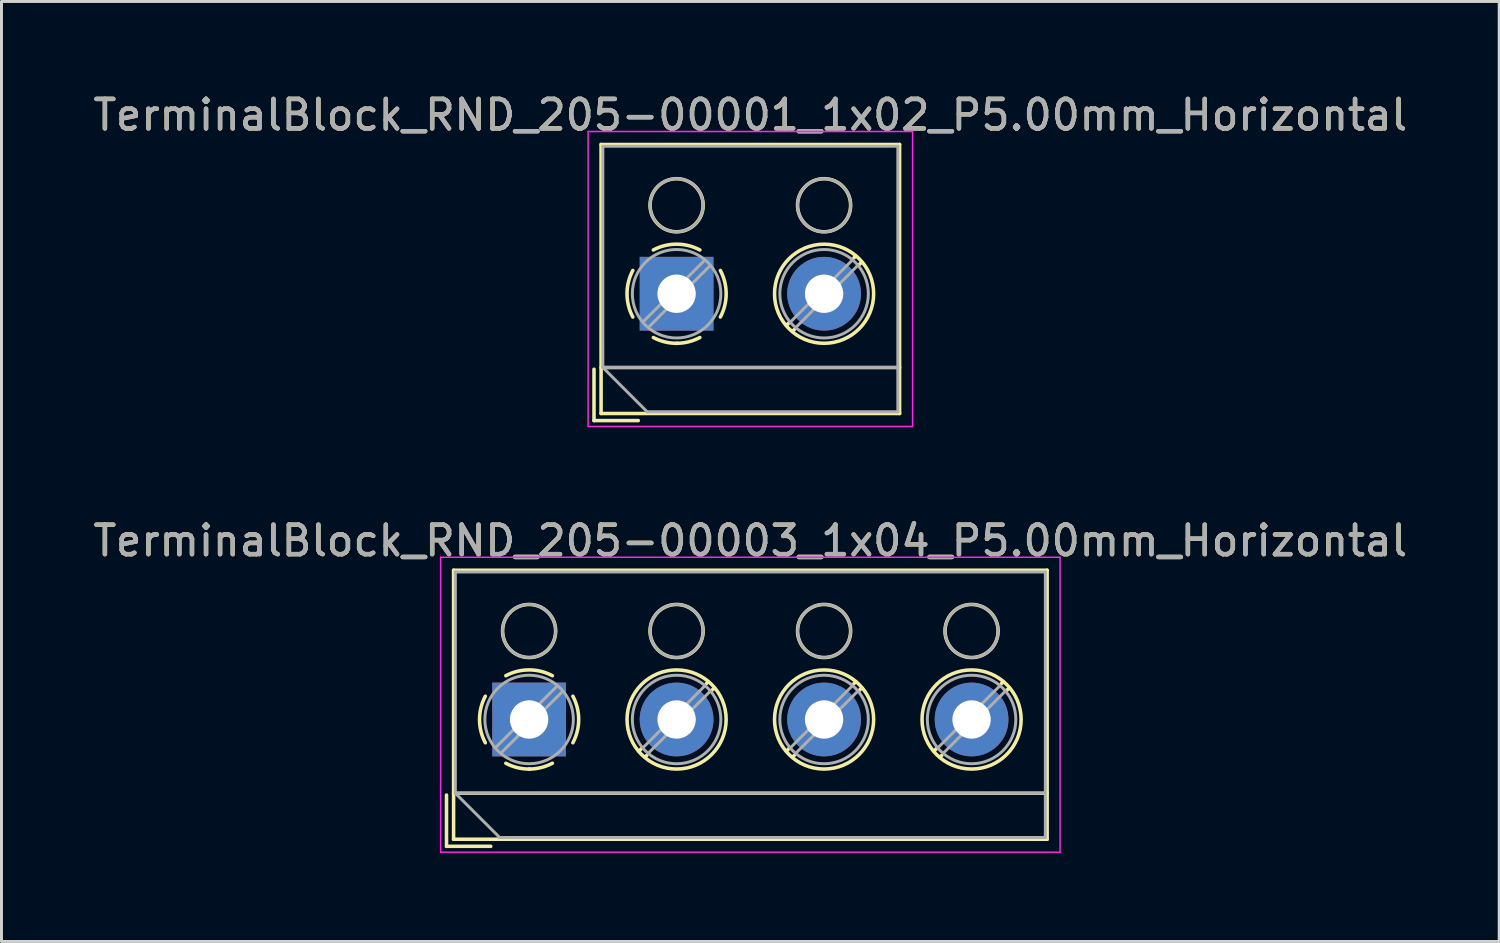
<source format=kicad_pcb>
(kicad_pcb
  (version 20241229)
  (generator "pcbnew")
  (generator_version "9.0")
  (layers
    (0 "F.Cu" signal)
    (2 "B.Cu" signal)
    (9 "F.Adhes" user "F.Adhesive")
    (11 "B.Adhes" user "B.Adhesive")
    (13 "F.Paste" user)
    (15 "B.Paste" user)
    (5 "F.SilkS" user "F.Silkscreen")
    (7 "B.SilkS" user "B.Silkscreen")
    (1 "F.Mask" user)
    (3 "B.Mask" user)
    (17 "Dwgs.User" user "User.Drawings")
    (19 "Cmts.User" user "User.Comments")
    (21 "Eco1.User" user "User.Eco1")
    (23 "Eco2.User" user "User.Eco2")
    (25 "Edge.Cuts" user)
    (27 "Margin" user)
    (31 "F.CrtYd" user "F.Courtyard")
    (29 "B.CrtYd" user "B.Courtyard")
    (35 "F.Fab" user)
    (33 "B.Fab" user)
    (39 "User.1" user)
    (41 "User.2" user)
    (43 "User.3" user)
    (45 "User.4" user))
  (footprint "TerminalBlock_RND_205-00003_1x04_P5.00mm_Horizontal"
    (layer "F.Cu")
    (at 14.887 21.341)
    (property "Reference" "TerminalBlock_RND_205-00003_1x04_P5.00mm_Horizontal" (at 7.5 -6.06 0) (layer "F.SilkS") (effects (font (size 1 1) (thickness 0.15))))
    (attr through_hole)
    (fp_line (start -2.8 2.56) (end -2.8 4.3) (stroke (width 0.12) (type solid)) (layer "F.SilkS"))
    (fp_line (start -2.8 4.3) (end -1.3 4.3) (stroke (width 0.12) (type solid)) (layer "F.SilkS"))
    (fp_line (start -2.56 -5.06) (end -2.56 4.06) (stroke (width 0.12) (type solid)) (layer "F.SilkS"))
    (fp_line (start -2.56 -5.06) (end 17.561 -5.06) (stroke (width 0.12) (type solid)) (layer "F.SilkS"))
    (fp_line (start -2.56 2.5) (end 17.561 2.5) (stroke (width 0.12) (type solid)) (layer "F.SilkS"))
    (fp_line (start -2.56 4.06) (end 17.561 4.06) (stroke (width 0.12) (type solid)) (layer "F.SilkS"))
    (fp_line (start 3.82 0.976) (end 3.726 1.069) (stroke (width 0.12) (type solid)) (layer "F.SilkS"))
    (fp_line (start 3.99 1.216) (end 3.931 1.274) (stroke (width 0.12) (type solid)) (layer "F.SilkS"))
    (fp_line (start 6.07 -1.275) (end 6.011 -1.216) (stroke (width 0.12) (type solid)) (layer "F.SilkS"))
    (fp_line (start 6.275 -1.069) (end 6.181 -0.976) (stroke (width 0.12) (type solid)) (layer "F.SilkS"))
    (fp_line (start 8.82 0.976) (end 8.726 1.069) (stroke (width 0.12) (type solid)) (layer "F.SilkS"))
    (fp_line (start 8.99 1.216) (end 8.931 1.274) (stroke (width 0.12) (type solid)) (layer "F.SilkS"))
    (fp_line (start 11.07 -1.275) (end 11.011 -1.216) (stroke (width 0.12) (type solid)) (layer "F.SilkS"))
    (fp_line (start 11.275 -1.069) (end 11.181 -0.976) (stroke (width 0.12) (type solid)) (layer "F.SilkS"))
    (fp_line (start 13.82 0.976) (end 13.726 1.069) (stroke (width 0.12) (type solid)) (layer "F.SilkS"))
    (fp_line (start 13.99 1.216) (end 13.931 1.274) (stroke (width 0.12) (type solid)) (layer "F.SilkS"))
    (fp_line (start 16.07 -1.275) (end 16.011 -1.216) (stroke (width 0.12) (type solid)) (layer "F.SilkS"))
    (fp_line (start 16.275 -1.069) (end 16.181 -0.976) (stroke (width 0.12) (type solid)) (layer "F.SilkS"))
    (fp_line (start 17.561 -5.06) (end 17.561 4.06) (stroke (width 0.12) (type solid)) (layer "F.SilkS"))
    (fp_arc (start -1.483953 0.789089) (mid -1.680708 0.00005) (end -1.484 -0.789) (stroke (width 0.12) (type solid)) (layer "F.SilkS"))
    (fp_arc (start -0.789089 -1.483953) (mid -0.00005 -1.680708) (end 0.789 -1.484) (stroke (width 0.12) (type solid)) (layer "F.SilkS"))
    (fp_arc (start 0.029383 1.68045) (mid -0.392304 1.634281) (end -0.789 1.484) (stroke (width 0.12) (type solid)) (layer "F.SilkS"))
    (fp_arc (start 0.788712 1.483352) (mid 0.406429 1.630097) (end 0 1.68) (stroke (width 0.12) (type solid)) (layer "F.SilkS"))
    (fp_arc (start 1.483953 -0.789089) (mid 1.680708 -0.00005) (end 1.484 0.789) (stroke (width 0.12) (type solid)) (layer "F.SilkS"))
    (fp_circle (center 0 -3) (end 0.9 -3) (stroke (width 0.12) (type solid)) (fill no) (layer "F.SilkS"))
    (fp_circle (center 5 -3) (end 5.9 -3) (stroke (width 0.12) (type solid)) (fill no) (layer "F.SilkS"))
    (fp_circle (center 5 0) (end 6.68 0) (stroke (width 0.12) (type solid)) (fill no) (layer "F.SilkS"))
    (fp_circle (center 10 -3) (end 10.9 -3) (stroke (width 0.12) (type solid)) (fill no) (layer "F.SilkS"))
    (fp_circle (center 10 0) (end 11.68 0) (stroke (width 0.12) (type solid)) (fill no) (layer "F.SilkS"))
    (fp_circle (center 15 -3) (end 15.9 -3) (stroke (width 0.12) (type solid)) (fill no) (layer "F.SilkS"))
    (fp_circle (center 15 0) (end 16.68 0) (stroke (width 0.12) (type solid)) (fill no) (layer "F.SilkS"))
    (fp_line (start -3 -5.5) (end -3 4.5) (stroke (width 0.05) (type solid)) (layer "F.CrtYd"))
    (fp_line (start -3 4.5) (end 18 4.5) (stroke (width 0.05) (type solid)) (layer "F.CrtYd"))
    (fp_line (start 18 -5.5) (end -3 -5.5) (stroke (width 0.05) (type solid)) (layer "F.CrtYd"))
    (fp_line (start 18 4.5) (end 18 -5.5) (stroke (width 0.05) (type solid)) (layer "F.CrtYd"))
    (fp_line (start -2.5 -5) (end 17.5 -5) (stroke (width 0.1) (type solid)) (layer "F.Fab"))
    (fp_line (start -2.5 2.5) (end -2.5 -5) (stroke (width 0.1) (type solid)) (layer "F.Fab"))
    (fp_line (start -2.5 2.5) (end 17.5 2.5) (stroke (width 0.1) (type solid)) (layer "F.Fab"))
    (fp_line (start -1 4) (end -2.5 2.5) (stroke (width 0.1) (type solid)) (layer "F.Fab"))
    (fp_line (start 0.955 -1.138) (end -1.138 0.955) (stroke (width 0.1) (type solid)) (layer "F.Fab"))
    (fp_line (start 1.138 -0.955) (end -0.955 1.138) (stroke (width 0.1) (type solid)) (layer "F.Fab"))
    (fp_line (start 5.955 -1.138) (end 3.863 0.955) (stroke (width 0.1) (type solid)) (layer "F.Fab"))
    (fp_line (start 6.138 -0.955) (end 4.046 1.138) (stroke (width 0.1) (type solid)) (layer "F.Fab"))
    (fp_line (start 10.955 -1.138) (end 8.863 0.955) (stroke (width 0.1) (type solid)) (layer "F.Fab"))
    (fp_line (start 11.138 -0.955) (end 9.046 1.138) (stroke (width 0.1) (type solid)) (layer "F.Fab"))
    (fp_line (start 15.955 -1.138) (end 13.863 0.955) (stroke (width 0.1) (type solid)) (layer "F.Fab"))
    (fp_line (start 16.138 -0.955) (end 14.046 1.138) (stroke (width 0.1) (type solid)) (layer "F.Fab"))
    (fp_line (start 17.5 -5) (end 17.5 4) (stroke (width 0.1) (type solid)) (layer "F.Fab"))
    (fp_line (start 17.5 4) (end -1 4) (stroke (width 0.1) (type solid)) (layer "F.Fab"))
    (fp_circle (center 0 -3) (end 0.9 -3) (stroke (width 0.1) (type solid)) (fill no) (layer "F.Fab"))
    (fp_circle (center 0 0) (end 1.5 0) (stroke (width 0.1) (type solid)) (fill no) (layer "F.Fab"))
    (fp_circle (center 5 -3) (end 5.9 -3) (stroke (width 0.1) (type solid)) (fill no) (layer "F.Fab"))
    (fp_circle (center 5 0) (end 6.5 0) (stroke (width 0.1) (type solid)) (fill no) (layer "F.Fab"))
    (fp_circle (center 10 -3) (end 10.9 -3) (stroke (width 0.1) (type solid)) (fill no) (layer "F.Fab"))
    (fp_circle (center 10 0) (end 11.5 0) (stroke (width 0.1) (type solid)) (fill no) (layer "F.Fab"))
    (fp_circle (center 15 -3) (end 15.9 -3) (stroke (width 0.1) (type solid)) (fill no) (layer "F.Fab"))
    (fp_circle (center 15 0) (end 16.5 0) (stroke (width 0.1) (type solid)) (fill no) (layer "F.Fab"))
    (fp_text user "${REFERENCE}" (at 7.5 -6.06 0) (layer "F.Fab") (effects (font (size 1 1) (thickness 0.15))))
    (pad "1" thru_hole rect (at 0 0) (size 2.5 2.5) (drill 1.3) (layers "*.Cu" "*.Mask"))
    (pad "2" thru_hole circle (at 5 0) (size 2.5 2.5) (drill 1.3) (layers "*.Cu" "*.Mask"))
    (pad "3" thru_hole circle (at 10 0) (size 2.5 2.5) (drill 1.3) (layers "*.Cu" "*.Mask"))
    (pad "4" thru_hole circle (at 15 0) (size 2.5 2.5) (drill 1.3) (layers "*.Cu" "*.Mask")))
  (footprint "TerminalBlock_RND_205-00001_1x02_P5.00mm_Horizontal"
    (layer "F.Cu")
    (at 19.887 6.908)
    (property "Reference" "TerminalBlock_RND_205-00001_1x02_P5.00mm_Horizontal" (at 2.5 -6.06 0) (layer "F.SilkS") (effects (font (size 1 1) (thickness 0.15))))
    (attr through_hole)
    (fp_line (start -2.8 2.56) (end -2.8 4.3) (stroke (width 0.12) (type solid)) (layer "F.SilkS"))
    (fp_line (start -2.8 4.3) (end -1.3 4.3) (stroke (width 0.12) (type solid)) (layer "F.SilkS"))
    (fp_line (start -2.56 -5.06) (end -2.56 4.06) (stroke (width 0.12) (type solid)) (layer "F.SilkS"))
    (fp_line (start -2.56 -5.06) (end 7.56 -5.06) (stroke (width 0.12) (type solid)) (layer "F.SilkS"))
    (fp_line (start -2.56 2.5) (end 7.56 2.5) (stroke (width 0.12) (type solid)) (layer "F.SilkS"))
    (fp_line (start -2.56 4.06) (end 7.56 4.06) (stroke (width 0.12) (type solid)) (layer "F.SilkS"))
    (fp_line (start 3.82 0.976) (end 3.726 1.069) (stroke (width 0.12) (type solid)) (layer "F.SilkS"))
    (fp_line (start 3.99 1.216) (end 3.931 1.274) (stroke (width 0.12) (type solid)) (layer "F.SilkS"))
    (fp_line (start 6.07 -1.275) (end 6.011 -1.216) (stroke (width 0.12) (type solid)) (layer "F.SilkS"))
    (fp_line (start 6.275 -1.069) (end 6.181 -0.976) (stroke (width 0.12) (type solid)) (layer "F.SilkS"))
    (fp_line (start 7.56 -5.06) (end 7.56 4.06) (stroke (width 0.12) (type solid)) (layer "F.SilkS"))
    (fp_arc (start -1.483953 0.789089) (mid -1.680708 0.00005) (end -1.484 -0.789) (stroke (width 0.12) (type solid)) (layer "F.SilkS"))
    (fp_arc (start -0.789089 -1.483953) (mid -0.00005 -1.680708) (end 0.789 -1.484) (stroke (width 0.12) (type solid)) (layer "F.SilkS"))
    (fp_arc (start 0.029383 1.68045) (mid -0.392304 1.634281) (end -0.789 1.484) (stroke (width 0.12) (type solid)) (layer "F.SilkS"))
    (fp_arc (start 0.788712 1.483352) (mid 0.406429 1.630097) (end 0 1.68) (stroke (width 0.12) (type solid)) (layer "F.SilkS"))
    (fp_arc (start 1.483953 -0.789089) (mid 1.680708 -0.00005) (end 1.484 0.789) (stroke (width 0.12) (type solid)) (layer "F.SilkS"))
    (fp_circle (center 0 -3) (end 0.9 -3) (stroke (width 0.12) (type solid)) (fill no) (layer "F.SilkS"))
    (fp_circle (center 5 -3) (end 5.9 -3) (stroke (width 0.12) (type solid)) (fill no) (layer "F.SilkS"))
    (fp_circle (center 5 0) (end 6.68 0) (stroke (width 0.12) (type solid)) (fill no) (layer "F.SilkS"))
    (fp_line (start -3 -5.5) (end -3 4.5) (stroke (width 0.05) (type solid)) (layer "F.CrtYd"))
    (fp_line (start -3 4.5) (end 8 4.5) (stroke (width 0.05) (type solid)) (layer "F.CrtYd"))
    (fp_line (start 8 -5.5) (end -3 -5.5) (stroke (width 0.05) (type solid)) (layer "F.CrtYd"))
    (fp_line (start 8 4.5) (end 8 -5.5) (stroke (width 0.05) (type solid)) (layer "F.CrtYd"))
    (fp_line (start -2.5 -5) (end 7.5 -5) (stroke (width 0.1) (type solid)) (layer "F.Fab"))
    (fp_line (start -2.5 2.5) (end -2.5 -5) (stroke (width 0.1) (type solid)) (layer "F.Fab"))
    (fp_line (start -2.5 2.5) (end 7.5 2.5) (stroke (width 0.1) (type solid)) (layer "F.Fab"))
    (fp_line (start -1 4) (end -2.5 2.5) (stroke (width 0.1) (type solid)) (layer "F.Fab"))
    (fp_line (start 0.955 -1.138) (end -1.138 0.955) (stroke (width 0.1) (type solid)) (layer "F.Fab"))
    (fp_line (start 1.138 -0.955) (end -0.955 1.138) (stroke (width 0.1) (type solid)) (layer "F.Fab"))
    (fp_line (start 5.955 -1.138) (end 3.863 0.955) (stroke (width 0.1) (type solid)) (layer "F.Fab"))
    (fp_line (start 6.138 -0.955) (end 4.046 1.138) (stroke (width 0.1) (type solid)) (layer "F.Fab"))
    (fp_line (start 7.5 -5) (end 7.5 4) (stroke (width 0.1) (type solid)) (layer "F.Fab"))
    (fp_line (start 7.5 4) (end -1 4) (stroke (width 0.1) (type solid)) (layer "F.Fab"))
    (fp_circle (center 0 -3) (end 0.9 -3) (stroke (width 0.1) (type solid)) (fill no) (layer "F.Fab"))
    (fp_circle (center 0 0) (end 1.5 0) (stroke (width 0.1) (type solid)) (fill no) (layer "F.Fab"))
    (fp_circle (center 5 -3) (end 5.9 -3) (stroke (width 0.1) (type solid)) (fill no) (layer "F.Fab"))
    (fp_circle (center 5 0) (end 6.5 0) (stroke (width 0.1) (type solid)) (fill no) (layer "F.Fab"))
    (fp_text user "${REFERENCE}" (at 2.5 -6.06 0) (layer "F.Fab") (effects (font (size 1 1) (thickness 0.15))))
    (pad "1" thru_hole rect (at 0 0) (size 2.5 2.5) (drill 1.3) (layers "*.Cu" "*.Mask"))
    (pad "2" thru_hole circle (at 5 0) (size 2.5 2.5) (drill 1.3) (layers "*.Cu" "*.Mask")))
  (gr_rect
    (start -3 -3)
    (end 47.774 28.866)
    (stroke (width 0.1) (type default))
    (fill no)
    (layer "Edge.Cuts")))
</source>
